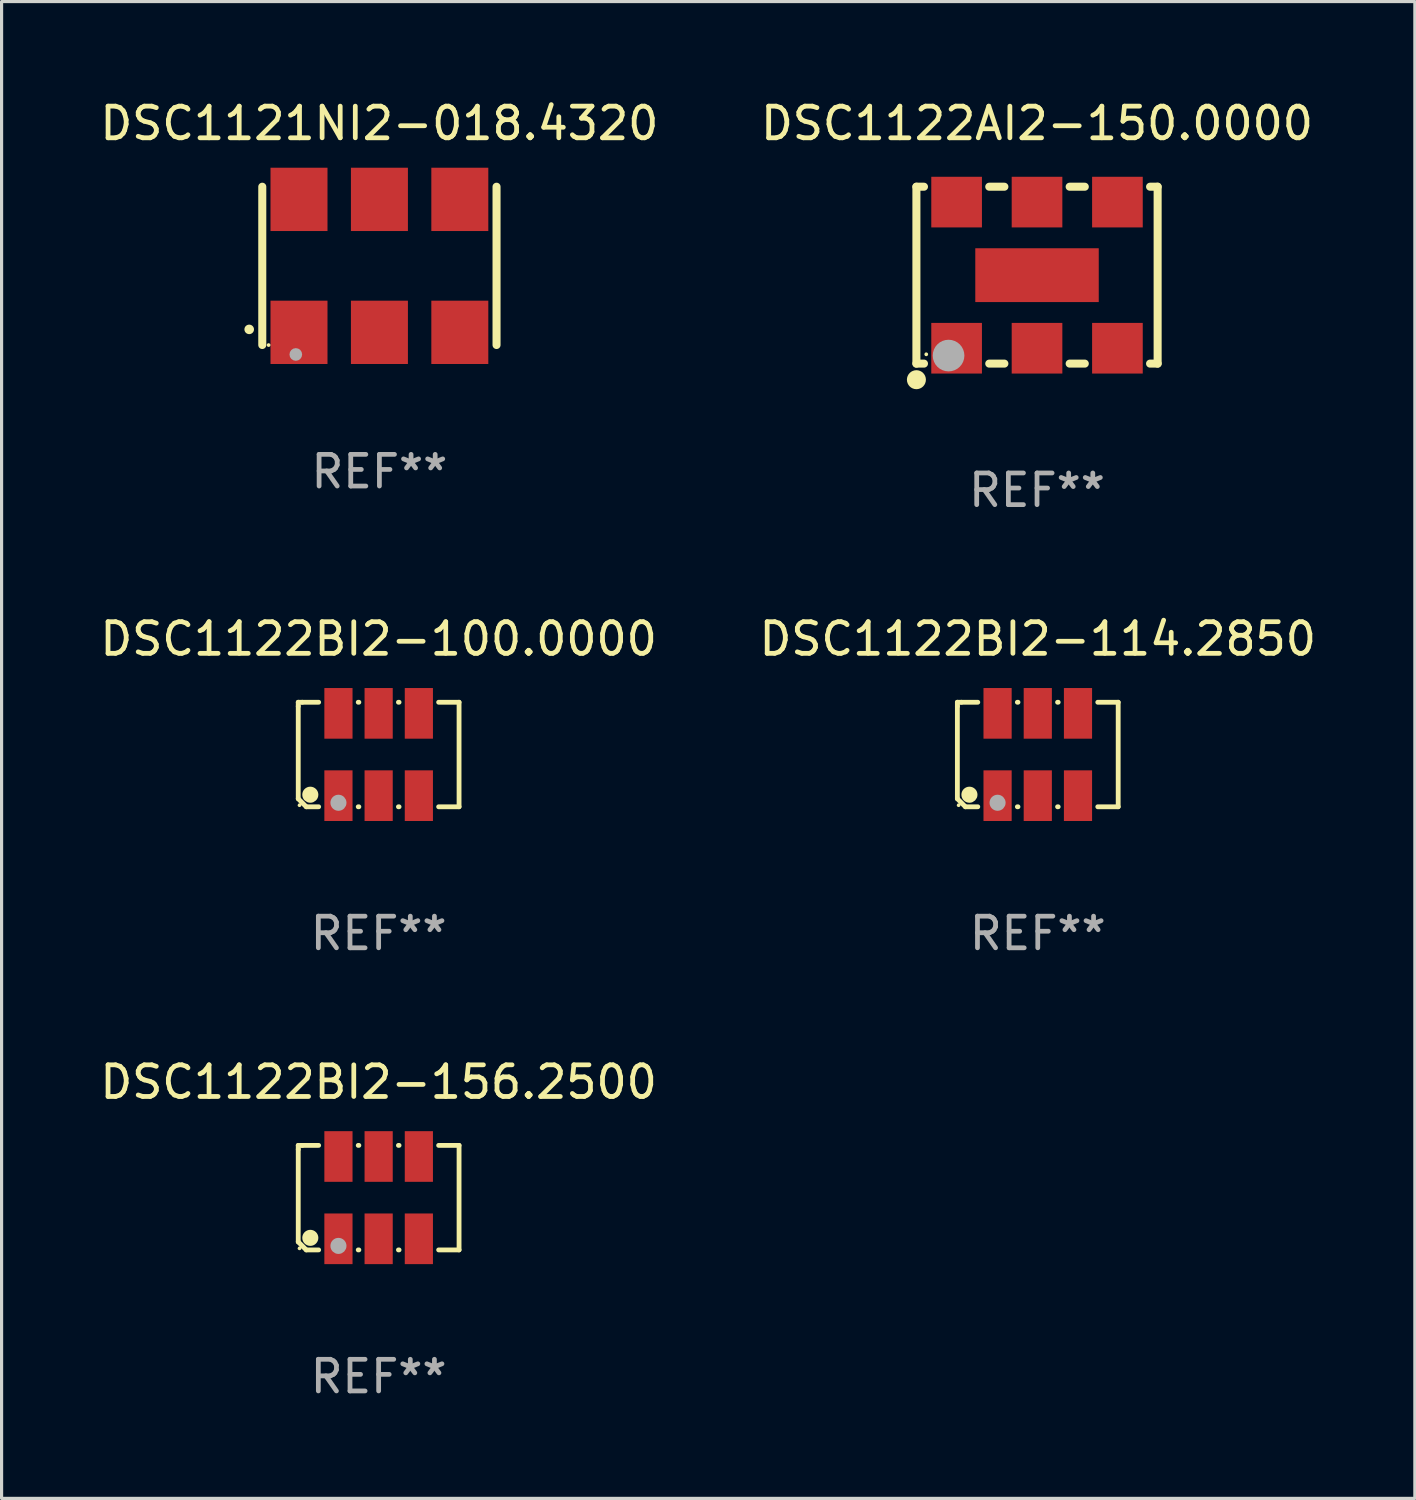
<source format=kicad_pcb>
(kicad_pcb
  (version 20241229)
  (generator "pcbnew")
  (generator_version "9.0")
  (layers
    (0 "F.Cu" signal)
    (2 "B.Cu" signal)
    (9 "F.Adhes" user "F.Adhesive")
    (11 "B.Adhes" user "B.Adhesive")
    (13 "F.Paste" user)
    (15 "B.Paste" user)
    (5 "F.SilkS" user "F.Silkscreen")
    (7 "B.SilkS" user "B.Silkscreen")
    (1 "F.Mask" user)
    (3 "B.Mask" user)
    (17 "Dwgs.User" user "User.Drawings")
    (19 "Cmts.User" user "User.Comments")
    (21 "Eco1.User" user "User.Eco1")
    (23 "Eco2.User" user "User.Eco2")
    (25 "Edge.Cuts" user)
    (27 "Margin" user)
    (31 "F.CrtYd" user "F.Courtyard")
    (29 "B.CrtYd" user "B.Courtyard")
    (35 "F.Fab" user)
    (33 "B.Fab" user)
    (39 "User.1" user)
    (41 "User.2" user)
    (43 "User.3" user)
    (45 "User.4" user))
  (footprint "DSC1122BI2-156.2500"
    (layer "F.Cu")
    (at 8.911 34.782)
    (property "Reference" "DSC1122BI2-156.2500" (at 0 -3.651 0) (layer "F.SilkS") (effects (font (size 1 1) (thickness 0.15))))
    (attr through_hole)
    (fp_line (start -2.54 -1.651) (end -2.413 -1.651) (stroke (width 0.152) (type solid)) (layer "F.SilkS"))
    (fp_line (start -2.54 -1.524) (end -2.54 -1.651) (stroke (width 0.152) (type solid)) (layer "F.SilkS"))
    (fp_line (start -2.54 1.397) (end -2.54 -1.524) (stroke (width 0.152) (type solid)) (layer "F.SilkS"))
    (fp_line (start -2.413 -1.651) (end -1.895 -1.651) (stroke (width 0.152) (type solid)) (layer "F.SilkS"))
    (fp_line (start -2.286 1.651) (end -2.54 1.397) (stroke (width 0.152) (type solid)) (layer "F.SilkS"))
    (fp_line (start -1.895 1.651) (end -2.286 1.651) (stroke (width 0.152) (type solid)) (layer "F.SilkS"))
    (fp_line (start -0.645 -1.651) (end -0.625 -1.651) (stroke (width 0.152) (type solid)) (layer "F.SilkS"))
    (fp_line (start -0.625 1.651) (end -0.645 1.651) (stroke (width 0.152) (type solid)) (layer "F.SilkS"))
    (fp_line (start 0.625 -1.651) (end 0.645 -1.651) (stroke (width 0.152) (type solid)) (layer "F.SilkS"))
    (fp_line (start 0.645 1.651) (end 0.625 1.651) (stroke (width 0.152) (type solid)) (layer "F.SilkS"))
    (fp_line (start 1.895 -1.651) (end 2.54 -1.651) (stroke (width 0.152) (type solid)) (layer "F.SilkS"))
    (fp_line (start 2.54 -1.651) (end 2.54 1.651) (stroke (width 0.152) (type solid)) (layer "F.SilkS"))
    (fp_line (start 2.54 1.651) (end 1.895 1.651) (stroke (width 0.152) (type solid)) (layer "F.SilkS"))
    (fp_circle (center -2.5 1.6) (end -2.47 1.6) (stroke (width 0.06) (type solid)) (fill no) (layer "F.SilkS"))
    (fp_circle (center -2.159 1.27) (end -2.032 1.27) (stroke (width 0.254) (type solid)) (fill no) (layer "F.SilkS"))
    (fp_circle (center -1.27 1.524) (end -1.143 1.524) (stroke (width 0.254) (type solid)) (fill no) (layer "F.Fab"))
    (fp_text user "REF**" (at 0 5.651 0) (layer "F.Fab") (effects (font (size 1 1) (thickness 0.15))))
    (pad "1" smd rect (at -1.27 1.3) (size 0.89 1.6) (layers "F.Cu" "F.Mask" "F.Paste"))
    (pad "2" smd rect (at 0 1.3) (size 0.89 1.6) (layers "F.Cu" "F.Mask" "F.Paste"))
    (pad "3" smd rect (at 1.27 1.3) (size 0.89 1.6) (layers "F.Cu" "F.Mask" "F.Paste"))
    (pad "4" smd rect (at 1.27 -1.3) (size 0.89 1.6) (layers "F.Cu" "F.Mask" "F.Paste"))
    (pad "5" smd rect (at 0 -1.3) (size 0.89 1.6) (layers "F.Cu" "F.Mask" "F.Paste"))
    (pad "6" smd rect (at -1.27 -1.3) (size 0.89 1.6) (layers "F.Cu" "F.Mask" "F.Paste")))
  (footprint "DSC1122BI2-100.0000"
    (layer "F.Cu")
    (at 8.911 20.784)
    (property "Reference" "DSC1122BI2-100.0000" (at 0 -3.651 0) (layer "F.SilkS") (effects (font (size 1 1) (thickness 0.15))))
    (attr through_hole)
    (fp_line (start -2.54 -1.651) (end -2.413 -1.651) (stroke (width 0.152) (type solid)) (layer "F.SilkS"))
    (fp_line (start -2.54 -1.524) (end -2.54 -1.651) (stroke (width 0.152) (type solid)) (layer "F.SilkS"))
    (fp_line (start -2.54 1.397) (end -2.54 -1.524) (stroke (width 0.152) (type solid)) (layer "F.SilkS"))
    (fp_line (start -2.413 -1.651) (end -1.895 -1.651) (stroke (width 0.152) (type solid)) (layer "F.SilkS"))
    (fp_line (start -2.286 1.651) (end -2.54 1.397) (stroke (width 0.152) (type solid)) (layer "F.SilkS"))
    (fp_line (start -1.895 1.651) (end -2.286 1.651) (stroke (width 0.152) (type solid)) (layer "F.SilkS"))
    (fp_line (start -0.645 -1.651) (end -0.625 -1.651) (stroke (width 0.152) (type solid)) (layer "F.SilkS"))
    (fp_line (start -0.625 1.651) (end -0.645 1.651) (stroke (width 0.152) (type solid)) (layer "F.SilkS"))
    (fp_line (start 0.625 -1.651) (end 0.645 -1.651) (stroke (width 0.152) (type solid)) (layer "F.SilkS"))
    (fp_line (start 0.645 1.651) (end 0.625 1.651) (stroke (width 0.152) (type solid)) (layer "F.SilkS"))
    (fp_line (start 1.895 -1.651) (end 2.54 -1.651) (stroke (width 0.152) (type solid)) (layer "F.SilkS"))
    (fp_line (start 2.54 -1.651) (end 2.54 1.651) (stroke (width 0.152) (type solid)) (layer "F.SilkS"))
    (fp_line (start 2.54 1.651) (end 1.895 1.651) (stroke (width 0.152) (type solid)) (layer "F.SilkS"))
    (fp_circle (center -2.5 1.6) (end -2.47 1.6) (stroke (width 0.06) (type solid)) (fill no) (layer "F.SilkS"))
    (fp_circle (center -2.159 1.27) (end -2.032 1.27) (stroke (width 0.254) (type solid)) (fill no) (layer "F.SilkS"))
    (fp_circle (center -1.27 1.524) (end -1.143 1.524) (stroke (width 0.254) (type solid)) (fill no) (layer "F.Fab"))
    (fp_text user "REF**" (at 0 5.651 0) (layer "F.Fab") (effects (font (size 1 1) (thickness 0.15))))
    (pad "1" smd rect (at -1.27 1.3) (size 0.89 1.6) (layers "F.Cu" "F.Mask" "F.Paste"))
    (pad "2" smd rect (at 0 1.3) (size 0.89 1.6) (layers "F.Cu" "F.Mask" "F.Paste"))
    (pad "3" smd rect (at 1.27 1.3) (size 0.89 1.6) (layers "F.Cu" "F.Mask" "F.Paste"))
    (pad "4" smd rect (at 1.27 -1.3) (size 0.89 1.6) (layers "F.Cu" "F.Mask" "F.Paste"))
    (pad "5" smd rect (at 0 -1.3) (size 0.89 1.6) (layers "F.Cu" "F.Mask" "F.Paste"))
    (pad "6" smd rect (at -1.27 -1.3) (size 0.89 1.6) (layers "F.Cu" "F.Mask" "F.Paste")))
  (footprint "DSC1121NI2-018.4320"
    (layer "F.Cu")
    (at 8.935 5.348)
    (property "Reference" "DSC1121NI2-018.4320" (at 0 -4.5 0) (layer "F.SilkS") (effects (font (size 1 1) (thickness 0.15))))
    (attr through_hole)
    (fp_line (start -3.7 -2.5) (end -3.7 2.5) (stroke (width 0.254) (type solid)) (layer "F.SilkS"))
    (fp_line (start 3.7 -2.5) (end 3.7 2.5) (stroke (width 0.254) (type solid)) (layer "F.SilkS"))
    (fp_arc (start -4.114415 2.006604) (mid -4.113145 2.006599) (end -4.111875 2.006604) (stroke (width 0.3) (type solid)) (layer "F.SilkS"))
    (fp_circle (center -3.5 2.501) (end -3.47 2.501) (stroke (width 0.06) (type solid)) (fill no) (layer "F.SilkS"))
    (fp_circle (center -2.641 2.799) (end -2.541 2.799) (stroke (width 0.2) (type solid)) (fill no) (layer "F.Fab"))
    (fp_text user "REF**" (at 0 6.5 0) (layer "F.Fab") (effects (font (size 1 1) (thickness 0.15))))
    (pad "1" smd rect (at -2.54 2.1) (size 1.8 2) (layers "F.Cu" "F.Mask" "F.Paste"))
    (pad "2" smd rect (at 0.000394 2.1) (size 1.8 2) (layers "F.Cu" "F.Mask" "F.Paste"))
    (pad "3" smd rect (at 2.54 2.1) (size 1.8 2) (layers "F.Cu" "F.Mask" "F.Paste"))
    (pad "4" smd rect (at 2.54 -2.1) (size 1.8 2) (layers "F.Cu" "F.Mask" "F.Paste"))
    (pad "5" smd rect (at 0.000394 -2.1) (size 1.8 2) (layers "F.Cu" "F.Mask" "F.Paste"))
    (pad "6" smd rect (at -2.54 -2.1) (size 1.8 2) (layers "F.Cu" "F.Mask" "F.Paste")))
  (footprint "DSC1122AI2-150.0000"
    (layer "F.Cu")
    (at 29.708 5.642)
    (property "Reference" "DSC1122AI2-150.0000" (at 0 -4.794 0) (layer "F.SilkS") (effects (font (size 1 1) (thickness 0.15))))
    (attr through_hole)
    (fp_line (start -3.81 2.794) (end -3.81 -2.794) (stroke (width 0.254) (type solid)) (layer "F.SilkS"))
    (fp_line (start -3.81 2.794) (end -3.571 2.794) (stroke (width 0.254) (type solid)) (layer "F.SilkS"))
    (fp_line (start -3.571 -2.794) (end -3.81 -2.794) (stroke (width 0.254) (type solid)) (layer "F.SilkS"))
    (fp_line (start -1.509 2.794) (end -1.031 2.794) (stroke (width 0.254) (type solid)) (layer "F.SilkS"))
    (fp_line (start -1.031 -2.794) (end -1.509 -2.794) (stroke (width 0.254) (type solid)) (layer "F.SilkS"))
    (fp_line (start 1.031 2.794) (end 1.509 2.794) (stroke (width 0.254) (type solid)) (layer "F.SilkS"))
    (fp_line (start 1.509 -2.794) (end 1.031 -2.794) (stroke (width 0.254) (type solid)) (layer "F.SilkS"))
    (fp_line (start 3.571 2.794) (end 3.81 2.794) (stroke (width 0.254) (type solid)) (layer "F.SilkS"))
    (fp_line (start 3.81 -2.794) (end 3.571 -2.794) (stroke (width 0.254) (type solid)) (layer "F.SilkS"))
    (fp_line (start 3.81 -2.794) (end 3.81 2.794) (stroke (width 0.254) (type solid)) (layer "F.SilkS"))
    (fp_circle (center -3.81 3.302) (end -3.66 3.302) (stroke (width 0.3) (type solid)) (fill no) (layer "F.SilkS"))
    (fp_circle (center -3.5 2.5) (end -3.47 2.5) (stroke (width 0.06) (type solid)) (fill no) (layer "F.SilkS"))
    (fp_circle (center -2.794 2.54) (end -2.544 2.54) (stroke (width 0.5) (type solid)) (fill no) (layer "F.Fab"))
    (fp_text user "REF**" (at 0 6.794 0) (layer "F.Fab") (effects (font (size 1 1) (thickness 0.15))))
    (pad "1" smd rect (at -2.54 2.308) (size 1.6 1.6) (layers "F.Cu" "F.Mask" "F.Paste"))
    (pad "2" smd rect (at 0 2.308) (size 1.6 1.6) (layers "F.Cu" "F.Mask" "F.Paste"))
    (pad "3" smd rect (at 2.54 2.308) (size 1.6 1.6) (layers "F.Cu" "F.Mask" "F.Paste"))
    (pad "4" smd rect (at 2.54 -2.308) (size 1.6 1.6) (layers "F.Cu" "F.Mask" "F.Paste"))
    (pad "5" smd rect (at 0 -2.308) (size 1.6 1.6) (layers "F.Cu" "F.Mask" "F.Paste"))
    (pad "6" smd rect (at -2.54 -2.308) (size 1.6 1.6) (layers "F.Cu" "F.Mask" "F.Paste"))
    (pad "7" smd rect (at 0 0 90) (size 1.7 3.9) (layers "F.Cu" "F.Mask" "F.Paste")))
  (footprint "DSC1122BI2-114.2850"
    (layer "F.Cu")
    (at 29.732 20.784)
    (property "Reference" "DSC1122BI2-114.2850" (at 0 -3.651 0) (layer "F.SilkS") (effects (font (size 1 1) (thickness 0.15))))
    (attr through_hole)
    (fp_line (start -2.54 -1.651) (end -2.413 -1.651) (stroke (width 0.152) (type solid)) (layer "F.SilkS"))
    (fp_line (start -2.54 -1.524) (end -2.54 -1.651) (stroke (width 0.152) (type solid)) (layer "F.SilkS"))
    (fp_line (start -2.54 1.397) (end -2.54 -1.524) (stroke (width 0.152) (type solid)) (layer "F.SilkS"))
    (fp_line (start -2.413 -1.651) (end -1.895 -1.651) (stroke (width 0.152) (type solid)) (layer "F.SilkS"))
    (fp_line (start -2.286 1.651) (end -2.54 1.397) (stroke (width 0.152) (type solid)) (layer "F.SilkS"))
    (fp_line (start -1.895 1.651) (end -2.286 1.651) (stroke (width 0.152) (type solid)) (layer "F.SilkS"))
    (fp_line (start -0.645 -1.651) (end -0.625 -1.651) (stroke (width 0.152) (type solid)) (layer "F.SilkS"))
    (fp_line (start -0.625 1.651) (end -0.645 1.651) (stroke (width 0.152) (type solid)) (layer "F.SilkS"))
    (fp_line (start 0.625 -1.651) (end 0.645 -1.651) (stroke (width 0.152) (type solid)) (layer "F.SilkS"))
    (fp_line (start 0.645 1.651) (end 0.625 1.651) (stroke (width 0.152) (type solid)) (layer "F.SilkS"))
    (fp_line (start 1.895 -1.651) (end 2.54 -1.651) (stroke (width 0.152) (type solid)) (layer "F.SilkS"))
    (fp_line (start 2.54 -1.651) (end 2.54 1.651) (stroke (width 0.152) (type solid)) (layer "F.SilkS"))
    (fp_line (start 2.54 1.651) (end 1.895 1.651) (stroke (width 0.152) (type solid)) (layer "F.SilkS"))
    (fp_circle (center -2.5 1.6) (end -2.47 1.6) (stroke (width 0.06) (type solid)) (fill no) (layer "F.SilkS"))
    (fp_circle (center -2.159 1.27) (end -2.032 1.27) (stroke (width 0.254) (type solid)) (fill no) (layer "F.SilkS"))
    (fp_circle (center -1.27 1.524) (end -1.143 1.524) (stroke (width 0.254) (type solid)) (fill no) (layer "F.Fab"))
    (fp_text user "REF**" (at 0 5.651 0) (layer "F.Fab") (effects (font (size 1 1) (thickness 0.15))))
    (pad "1" smd rect (at -1.27 1.3) (size 0.89 1.6) (layers "F.Cu" "F.Mask" "F.Paste"))
    (pad "2" smd rect (at 0 1.3) (size 0.89 1.6) (layers "F.Cu" "F.Mask" "F.Paste"))
    (pad "3" smd rect (at 1.27 1.3) (size 0.89 1.6) (layers "F.Cu" "F.Mask" "F.Paste"))
    (pad "4" smd rect (at 1.27 -1.3) (size 0.89 1.6) (layers "F.Cu" "F.Mask" "F.Paste"))
    (pad "5" smd rect (at 0 -1.3) (size 0.89 1.6) (layers "F.Cu" "F.Mask" "F.Paste"))
    (pad "6" smd rect (at -1.27 -1.3) (size 0.89 1.6) (layers "F.Cu" "F.Mask" "F.Paste")))
  (gr_rect
    (start -3 -3)
    (end 41.643 44.282)
    (stroke (width 0.1) (type default))
    (fill no)
    (layer "Edge.Cuts")))
</source>
